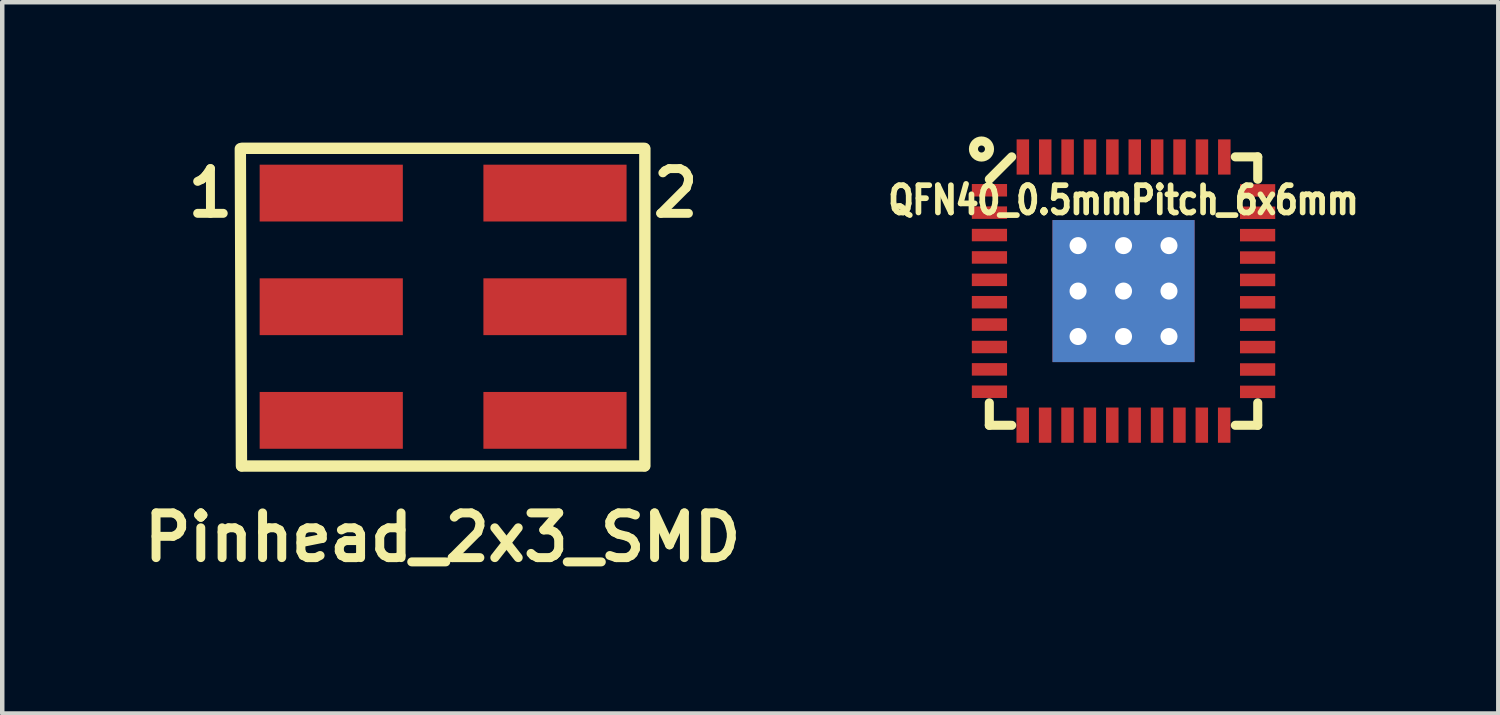
<source format=kicad_pcb>
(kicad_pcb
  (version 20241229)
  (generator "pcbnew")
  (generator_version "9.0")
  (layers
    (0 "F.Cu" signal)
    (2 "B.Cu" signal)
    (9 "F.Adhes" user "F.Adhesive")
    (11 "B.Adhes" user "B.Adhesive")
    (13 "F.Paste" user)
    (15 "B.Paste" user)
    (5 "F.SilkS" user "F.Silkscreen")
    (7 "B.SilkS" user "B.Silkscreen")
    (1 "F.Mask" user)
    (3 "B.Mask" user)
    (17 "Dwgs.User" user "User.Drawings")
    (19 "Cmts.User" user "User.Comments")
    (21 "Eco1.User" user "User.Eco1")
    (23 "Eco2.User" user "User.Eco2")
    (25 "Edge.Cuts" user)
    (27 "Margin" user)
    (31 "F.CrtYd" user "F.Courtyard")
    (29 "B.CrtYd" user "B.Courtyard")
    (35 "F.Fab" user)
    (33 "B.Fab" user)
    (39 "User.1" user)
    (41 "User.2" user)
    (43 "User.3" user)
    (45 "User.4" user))
  (footprint "QFN40_0.5mmPitch_6x6mm"
    (layer "F.Cu")
    (at 22.063 3.456)
    (property "Reference" "QFN40_0.5mmPitch_6x6mm" (at 0 -2.032 0) (layer "F.SilkS") (effects (font (size 0.61 0.508) (thickness 0.127))))
    (attr smd)
    (fp_line (start -3 -2.499) (end -2.499 -3) (stroke (width 0.203) (type solid)) (layer "F.SilkS"))
    (fp_line (start -3 3) (end -3 2.499) (stroke (width 0.203) (type solid)) (layer "F.SilkS"))
    (fp_line (start -2.499 3) (end -3 3) (stroke (width 0.203) (type solid)) (layer "F.SilkS"))
    (fp_line (start 2.499 3) (end 3 3) (stroke (width 0.203) (type solid)) (layer "F.SilkS"))
    (fp_line (start 3 -3) (end 2.499 -3) (stroke (width 0.203) (type solid)) (layer "F.SilkS"))
    (fp_line (start 3 -2.499) (end 3 -3) (stroke (width 0.203) (type solid)) (layer "F.SilkS"))
    (fp_line (start 3 3) (end 3 2.499) (stroke (width 0.203) (type solid)) (layer "F.SilkS"))
    (fp_circle (center -3.175 -3.175) (end -3.302 -3.302) (stroke (width 0.203) (type solid)) (fill no) (layer "F.SilkS"))
    (pad "1" smd rect (at -2.997 -2.253 90) (size 0.279 0.787) (layers "F.Cu" "F.Mask" "F.Paste"))
    (pad "2" smd rect (at -2.997 -1.753 90) (size 0.279 0.787) (layers "F.Cu" "F.Mask" "F.Paste"))
    (pad "3" smd rect (at -2.997 -1.252 90) (size 0.279 0.787) (layers "F.Cu" "F.Mask" "F.Paste"))
    (pad "4" smd rect (at -2.997 -0.752 90) (size 0.279 0.787) (layers "F.Cu" "F.Mask" "F.Paste"))
    (pad "5" smd rect (at -2.997 -0.251 90) (size 0.279 0.787) (layers "F.Cu" "F.Mask" "F.Paste"))
    (pad "6" smd rect (at -2.997 0.249 90) (size 0.279 0.787) (layers "F.Cu" "F.Mask" "F.Paste"))
    (pad "7" smd rect (at -2.997 0.749 90) (size 0.279 0.787) (layers "F.Cu" "F.Mask" "F.Paste"))
    (pad "8" smd rect (at -2.997 1.25 90) (size 0.279 0.787) (layers "F.Cu" "F.Mask" "F.Paste"))
    (pad "9" smd rect (at -2.997 1.75 90) (size 0.279 0.787) (layers "F.Cu" "F.Mask" "F.Paste"))
    (pad "10" smd rect (at -2.997 2.25 90) (size 0.279 0.787) (layers "F.Cu" "F.Mask" "F.Paste"))
    (pad "11" smd rect (at -2.253 2.997) (size 0.279 0.787) (layers "F.Cu" "F.Mask" "F.Paste"))
    (pad "12" smd rect (at -1.753 2.997) (size 0.279 0.787) (layers "F.Cu" "F.Mask" "F.Paste"))
    (pad "13" smd rect (at -1.252 2.997) (size 0.279 0.787) (layers "F.Cu" "F.Mask" "F.Paste"))
    (pad "14" smd rect (at -0.752 2.997) (size 0.279 0.787) (layers "F.Cu" "F.Mask" "F.Paste"))
    (pad "15" smd rect (at -0.251 2.997) (size 0.279 0.787) (layers "F.Cu" "F.Mask" "F.Paste"))
    (pad "16" smd rect (at 0.249 2.997) (size 0.279 0.787) (layers "F.Cu" "F.Mask" "F.Paste"))
    (pad "17" smd rect (at 0.749 2.997) (size 0.279 0.787) (layers "F.Cu" "F.Mask" "F.Paste"))
    (pad "18" smd rect (at 1.25 2.997) (size 0.279 0.787) (layers "F.Cu" "F.Mask" "F.Paste"))
    (pad "19" smd rect (at 1.75 2.997) (size 0.279 0.787) (layers "F.Cu" "F.Mask" "F.Paste"))
    (pad "20" smd rect (at 2.25 2.997) (size 0.279 0.787) (layers "F.Cu" "F.Mask" "F.Paste"))
    (pad "21" smd rect (at 2.997 2.253 270) (size 0.279 0.787) (layers "F.Cu" "F.Mask" "F.Paste"))
    (pad "22" smd rect (at 2.997 1.753 270) (size 0.279 0.787) (layers "F.Cu" "F.Mask" "F.Paste"))
    (pad "23" smd rect (at 2.997 1.252 270) (size 0.279 0.787) (layers "F.Cu" "F.Mask" "F.Paste"))
    (pad "24" smd rect (at 2.997 0.752 270) (size 0.279 0.787) (layers "F.Cu" "F.Mask" "F.Paste"))
    (pad "25" smd rect (at 2.997 0.251 270) (size 0.279 0.787) (layers "F.Cu" "F.Mask" "F.Paste"))
    (pad "26" smd rect (at 2.997 -0.249 270) (size 0.279 0.787) (layers "F.Cu" "F.Mask" "F.Paste"))
    (pad "27" smd rect (at 2.997 -0.749 270) (size 0.279 0.787) (layers "F.Cu" "F.Mask" "F.Paste"))
    (pad "28" smd rect (at 2.997 -1.25 270) (size 0.279 0.787) (layers "F.Cu" "F.Mask" "F.Paste"))
    (pad "29" smd rect (at 2.997 -1.75 270) (size 0.279 0.787) (layers "F.Cu" "F.Mask" "F.Paste"))
    (pad "30" smd rect (at 2.997 -2.25 270) (size 0.279 0.787) (layers "F.Cu" "F.Mask" "F.Paste"))
    (pad "31" smd rect (at 2.253 -2.997) (size 0.279 0.787) (layers "F.Cu" "F.Mask" "F.Paste"))
    (pad "32" smd rect (at 1.753 -2.997) (size 0.279 0.787) (layers "F.Cu" "F.Mask" "F.Paste"))
    (pad "33" smd rect (at 1.252 -2.997) (size 0.279 0.787) (layers "F.Cu" "F.Mask" "F.Paste"))
    (pad "34" smd rect (at 0.752 -2.997) (size 0.279 0.787) (layers "F.Cu" "F.Mask" "F.Paste"))
    (pad "35" smd rect (at 0.251 -2.997) (size 0.279 0.787) (layers "F.Cu" "F.Mask" "F.Paste"))
    (pad "36" smd rect (at -0.249 -2.997) (size 0.279 0.787) (layers "F.Cu" "F.Mask" "F.Paste"))
    (pad "37" smd rect (at -0.749 -2.997) (size 0.279 0.787) (layers "F.Cu" "F.Mask" "F.Paste"))
    (pad "38" smd rect (at -1.25 -2.997) (size 0.279 0.787) (layers "F.Cu" "F.Mask" "F.Paste"))
    (pad "39" smd rect (at -1.75 -2.997) (size 0.279 0.787) (layers "F.Cu" "F.Mask" "F.Paste"))
    (pad "40" smd rect (at -2.25 -2.997) (size 0.279 0.787) (layers "F.Cu" "F.Mask" "F.Paste"))
    (pad "41" thru_hole rect (at -1.016 -1.016) (size 0.762 0.762) (drill 0.381) (layers "*.Cu" "F.Mask" "F.Paste"))
    (pad "41" thru_hole rect (at -1.016 0) (size 0.762 0.762) (drill 0.381) (layers "*.Cu" "F.Mask" "F.Paste"))
    (pad "41" thru_hole rect (at -1.016 1.016) (size 0.762 0.762) (drill 0.381) (layers "*.Cu" "F.Mask" "F.Paste"))
    (pad "41" thru_hole rect (at 0 -1.016) (size 0.762 0.762) (drill 0.381) (layers "*.Cu" "F.Mask" "F.Paste"))
    (pad "41" thru_hole rect (at 0 0) (size 3.175 3.175) (drill 0.381) (layers "*.Cu" "F.Mask"))
    (pad "41" thru_hole rect (at 0 1.016) (size 0.762 0.762) (drill 0.381) (layers "*.Cu" "F.Mask" "F.Paste"))
    (pad "41" thru_hole rect (at 1.016 -1.016) (size 0.762 0.762) (drill 0.381) (layers "*.Cu" "F.Mask" "F.Paste"))
    (pad "41" thru_hole rect (at 1.016 0) (size 0.762 0.762) (drill 0.381) (layers "*.Cu" "F.Mask" "F.Paste"))
    (pad "41" thru_hole rect (at 1.016 1.016) (size 0.762 0.762) (drill 0.381) (layers "*.Cu" "F.Mask" "F.Paste")))
  (footprint "Pinhead_2x3_SMD"
    (layer "F.Cu")
    (at 2.347 0.25)
    (property "Reference" "Pinhead_2x3_SMD" (at 4.496 8.712 0) (layer "F.SilkS") (effects (font (size 1 1) (thickness 0.2))))
    (attr smd)
    (fp_line (start -0.025 0.025) (end 0 7.112) (stroke (width 0.254) (type solid)) (layer "F.SilkS"))
    (fp_line (start 0.008 0.015) (end 9.007 0.015) (stroke (width 0.254) (type solid)) (layer "F.SilkS"))
    (fp_line (start 9.007 7.117) (end 0.008 7.117) (stroke (width 0.254) (type solid)) (layer "F.SilkS"))
    (fp_line (start 9.017 0.025) (end 9.017 7.112) (stroke (width 0.254) (type solid)) (layer "F.SilkS"))
    (fp_text user "2" (at 9.705 1.016 0) (layer "F.SilkS") (effects (font (size 1 1) (thickness 0.2))))
    (fp_text user "1" (at -0.693 1.016 0) (layer "F.SilkS") (effects (font (size 1 1) (thickness 0.2))))
    (pad "1" smd rect (at 2.007 1.016) (size 3.2 1.27) (layers "F.Cu" "F.Mask" "F.Paste"))
    (pad "2" smd rect (at 7.008 1.016) (size 3.2 1.27) (layers "F.Cu" "F.Mask" "F.Paste"))
    (pad "3" smd rect (at 2.007 3.556) (size 3.2 1.27) (layers "F.Cu" "F.Mask" "F.Paste"))
    (pad "4" smd rect (at 7.008 3.556) (size 3.2 1.27) (layers "F.Cu" "F.Mask" "F.Paste"))
    (pad "5" smd rect (at 2.007 6.096) (size 3.2 1.27) (layers "F.Cu" "F.Mask" "F.Paste"))
    (pad "6" smd rect (at 7.008 6.096) (size 3.2 1.27) (layers "F.Cu" "F.Mask" "F.Paste")))
  (gr_rect
    (start -3 -3)
    (end 30.44 12.898)
    (stroke (width 0.1) (type default))
    (fill no)
    (layer "Edge.Cuts")))
</source>
